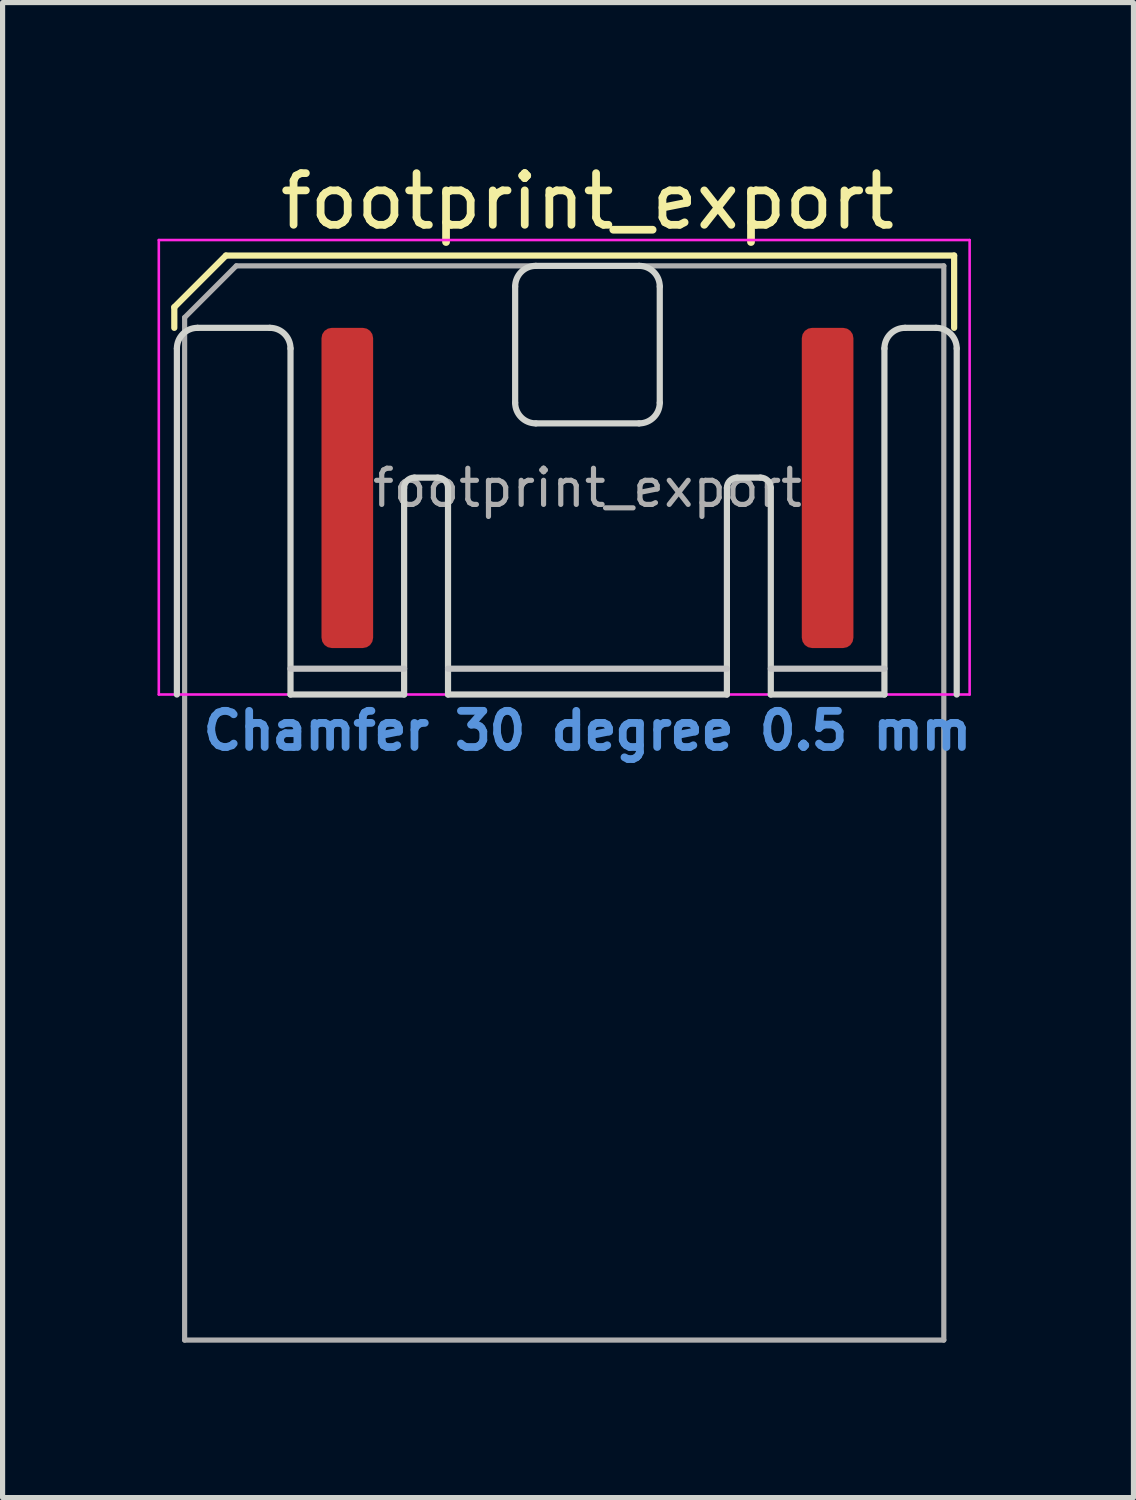
<source format=kicad_pcb>
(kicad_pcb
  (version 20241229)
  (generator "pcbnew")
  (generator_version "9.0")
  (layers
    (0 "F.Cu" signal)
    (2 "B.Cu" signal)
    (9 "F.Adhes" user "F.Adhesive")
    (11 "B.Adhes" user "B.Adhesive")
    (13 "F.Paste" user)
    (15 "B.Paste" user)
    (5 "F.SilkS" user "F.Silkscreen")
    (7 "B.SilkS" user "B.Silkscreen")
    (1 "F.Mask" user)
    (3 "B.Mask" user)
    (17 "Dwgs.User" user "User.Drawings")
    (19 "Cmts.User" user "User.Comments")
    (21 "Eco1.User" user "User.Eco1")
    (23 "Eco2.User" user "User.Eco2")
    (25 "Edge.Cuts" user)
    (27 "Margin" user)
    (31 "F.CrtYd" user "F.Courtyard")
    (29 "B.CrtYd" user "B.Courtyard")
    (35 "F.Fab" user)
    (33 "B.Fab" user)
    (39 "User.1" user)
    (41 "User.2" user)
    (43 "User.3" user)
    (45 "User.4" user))
  (footprint "footprint_export"
    (layer "F.Cu")
    (at 8.325 6.398)
    (property "Reference" "footprint_export" (at 0 -5.55 0) (layer "F.SilkS") (effects (font (size 1 1) (thickness 0.15))))
    (attr exclude_from_pos_files exclude_from_bom)
    (fp_line (start -8 -3.5) (end -7 -4.5) (stroke (width 0.12) (type solid)) (layer "F.SilkS"))
    (fp_line (start -8 -3.1) (end -8 -3.5) (stroke (width 0.12) (type solid)) (layer "F.SilkS"))
    (fp_line (start -7 -4.5) (end 7.1 -4.5) (stroke (width 0.12) (type solid)) (layer "F.SilkS"))
    (fp_line (start 7.1 -4.5) (end 7.1 -3.1) (stroke (width 0.12) (type solid)) (layer "F.SilkS"))
    (fp_line (start -5.75 3.5) (end -3.55 3.5) (stroke (width 0.12) (type solid)) (layer "Dwgs.User"))
    (fp_line (start -2.7 3.5) (end 2.7 3.5) (stroke (width 0.12) (type solid)) (layer "Dwgs.User"))
    (fp_line (start 3.55 3.5) (end 5.75 3.5) (stroke (width 0.12) (type solid)) (layer "Dwgs.User"))
    (fp_line (start -7.95 4) (end -7.95 -2.7) (stroke (width 0.12) (type solid)) (layer "Edge.Cuts"))
    (fp_line (start -7.55 -3.1) (end -6.15 -3.1) (stroke (width 0.12) (type solid)) (layer "Edge.Cuts"))
    (fp_line (start -5.75 -2.7) (end -5.75 4) (stroke (width 0.12) (type solid)) (layer "Edge.Cuts"))
    (fp_line (start -5.75 4) (end -3.55 4) (stroke (width 0.12) (type solid)) (layer "Edge.Cuts"))
    (fp_line (start -3.55 4) (end -3.55 0) (stroke (width 0.12) (type solid)) (layer "Edge.Cuts"))
    (fp_line (start -3.35 -0.2) (end -2.9 -0.2) (stroke (width 0.12) (type solid)) (layer "Edge.Cuts"))
    (fp_line (start -2.7 0) (end -2.7 4) (stroke (width 0.12) (type solid)) (layer "Edge.Cuts"))
    (fp_line (start -2.7 4) (end 2.7 4) (stroke (width 0.12) (type solid)) (layer "Edge.Cuts"))
    (fp_line (start -1.4 -3.9) (end -1.4 -1.65) (stroke (width 0.12) (type solid)) (layer "Edge.Cuts"))
    (fp_line (start -1 -1.25) (end 1 -1.25) (stroke (width 0.12) (type solid)) (layer "Edge.Cuts"))
    (fp_line (start 1 -4.3) (end -1 -4.3) (stroke (width 0.12) (type solid)) (layer "Edge.Cuts"))
    (fp_line (start 1.4 -1.65) (end 1.4 -3.9) (stroke (width 0.12) (type solid)) (layer "Edge.Cuts"))
    (fp_line (start 2.7 4) (end 2.7 0) (stroke (width 0.12) (type solid)) (layer "Edge.Cuts"))
    (fp_line (start 2.9 -0.2) (end 3.35 -0.2) (stroke (width 0.12) (type solid)) (layer "Edge.Cuts"))
    (fp_line (start 3.55 0) (end 3.55 4) (stroke (width 0.12) (type solid)) (layer "Edge.Cuts"))
    (fp_line (start 3.55 4) (end 5.75 4) (stroke (width 0.12) (type solid)) (layer "Edge.Cuts"))
    (fp_line (start 5.75 4) (end 5.75 -2.7) (stroke (width 0.12) (type solid)) (layer "Edge.Cuts"))
    (fp_line (start 6.15 -3.1) (end 6.75 -3.1) (stroke (width 0.12) (type solid)) (layer "Edge.Cuts"))
    (fp_line (start 7.15 -2.7) (end 7.15 4) (stroke (width 0.12) (type solid)) (layer "Edge.Cuts"))
    (fp_arc (start -7.95 -2.7) (mid -7.832843 -2.982843) (end -7.55 -3.1) (stroke (width 0.12) (type solid)) (layer "Edge.Cuts"))
    (fp_arc (start -6.15 -3.1) (mid -5.867157 -2.982843) (end -5.75 -2.7) (stroke (width 0.12) (type solid)) (layer "Edge.Cuts"))
    (fp_arc (start -3.55 0) (mid -3.491421 -0.141421) (end -3.35 -0.2) (stroke (width 0.12) (type solid)) (layer "Edge.Cuts"))
    (fp_arc (start -2.9 -0.2) (mid -2.758579 -0.141421) (end -2.7 0) (stroke (width 0.12) (type solid)) (layer "Edge.Cuts"))
    (fp_arc (start -1.4 -3.9) (mid -1.282843 -4.182843) (end -1 -4.3) (stroke (width 0.12) (type solid)) (layer "Edge.Cuts"))
    (fp_arc (start -1 -1.25) (mid -1.282843 -1.367157) (end -1.4 -1.65) (stroke (width 0.12) (type solid)) (layer "Edge.Cuts"))
    (fp_arc (start 1 -4.3) (mid 1.282843 -4.182843) (end 1.4 -3.9) (stroke (width 0.12) (type solid)) (layer "Edge.Cuts"))
    (fp_arc (start 1.4 -1.65) (mid 1.282843 -1.367157) (end 1 -1.25) (stroke (width 0.12) (type solid)) (layer "Edge.Cuts"))
    (fp_arc (start 2.7 0) (mid 2.758579 -0.141421) (end 2.9 -0.2) (stroke (width 0.12) (type solid)) (layer "Edge.Cuts"))
    (fp_arc (start 3.35 -0.2) (mid 3.491421 -0.141421) (end 3.55 0) (stroke (width 0.12) (type solid)) (layer "Edge.Cuts"))
    (fp_arc (start 5.75 -2.7) (mid 5.867157 -2.982843) (end 6.15 -3.1) (stroke (width 0.12) (type solid)) (layer "Edge.Cuts"))
    (fp_arc (start 6.75 -3.1) (mid 7.032843 -2.982843) (end 7.15 -2.7) (stroke (width 0.12) (type solid)) (layer "Edge.Cuts"))
    (fp_line (start -8.3 -4.8) (end -8.3 4) (stroke (width 0.05) (type solid)) (layer "F.CrtYd"))
    (fp_line (start -8.3 4) (end 7.4 4) (stroke (width 0.05) (type solid)) (layer "F.CrtYd"))
    (fp_line (start 7.4 -4.8) (end -8.3 -4.8) (stroke (width 0.05) (type solid)) (layer "F.CrtYd"))
    (fp_line (start 7.4 4) (end 7.4 -4.8) (stroke (width 0.05) (type solid)) (layer "F.CrtYd"))
    (fp_line (start -7.8 -3.3) (end -6.8 -4.3) (stroke (width 0.1) (type solid)) (layer "F.Fab"))
    (fp_line (start -7.8 16.5) (end -7.8 -3.3) (stroke (width 0.1) (type solid)) (layer "F.Fab"))
    (fp_line (start -6.8 -4.3) (end 6.9 -4.3) (stroke (width 0.1) (type solid)) (layer "F.Fab"))
    (fp_line (start 6.9 -4.3) (end 6.9 16.5) (stroke (width 0.1) (type solid)) (layer "F.Fab"))
    (fp_line (start 6.9 16.5) (end -7.8 16.5) (stroke (width 0.1) (type solid)) (layer "F.Fab"))
    (fp_text user "Chamfer 30 degree 0.5 mm" (at 0 4.7 0) (layer "Cmts.User") (effects (font (size 0.7 0.7) (thickness 0.15))))
    (fp_text user "${REFERENCE}" (at 0 0 0) (layer "F.Fab") (effects (font (size 0.7 0.7) (thickness 0.1))))
    (pad "1" connect roundrect (at -4.65 0) (size 1 6.2) (layers "F.Cu" "F.Mask") (roundrect_rratio 0.2))
    (pad "2" connect roundrect (at 4.65 0) (size 1 6.2) (layers "F.Cu" "F.Mask") (roundrect_rratio 0.2)))
  (gr_rect
    (start -3 -3)
    (end 18.897 25.948)
    (stroke (width 0.1) (type default))
    (fill no)
    (layer "Edge.Cuts")))
</source>
